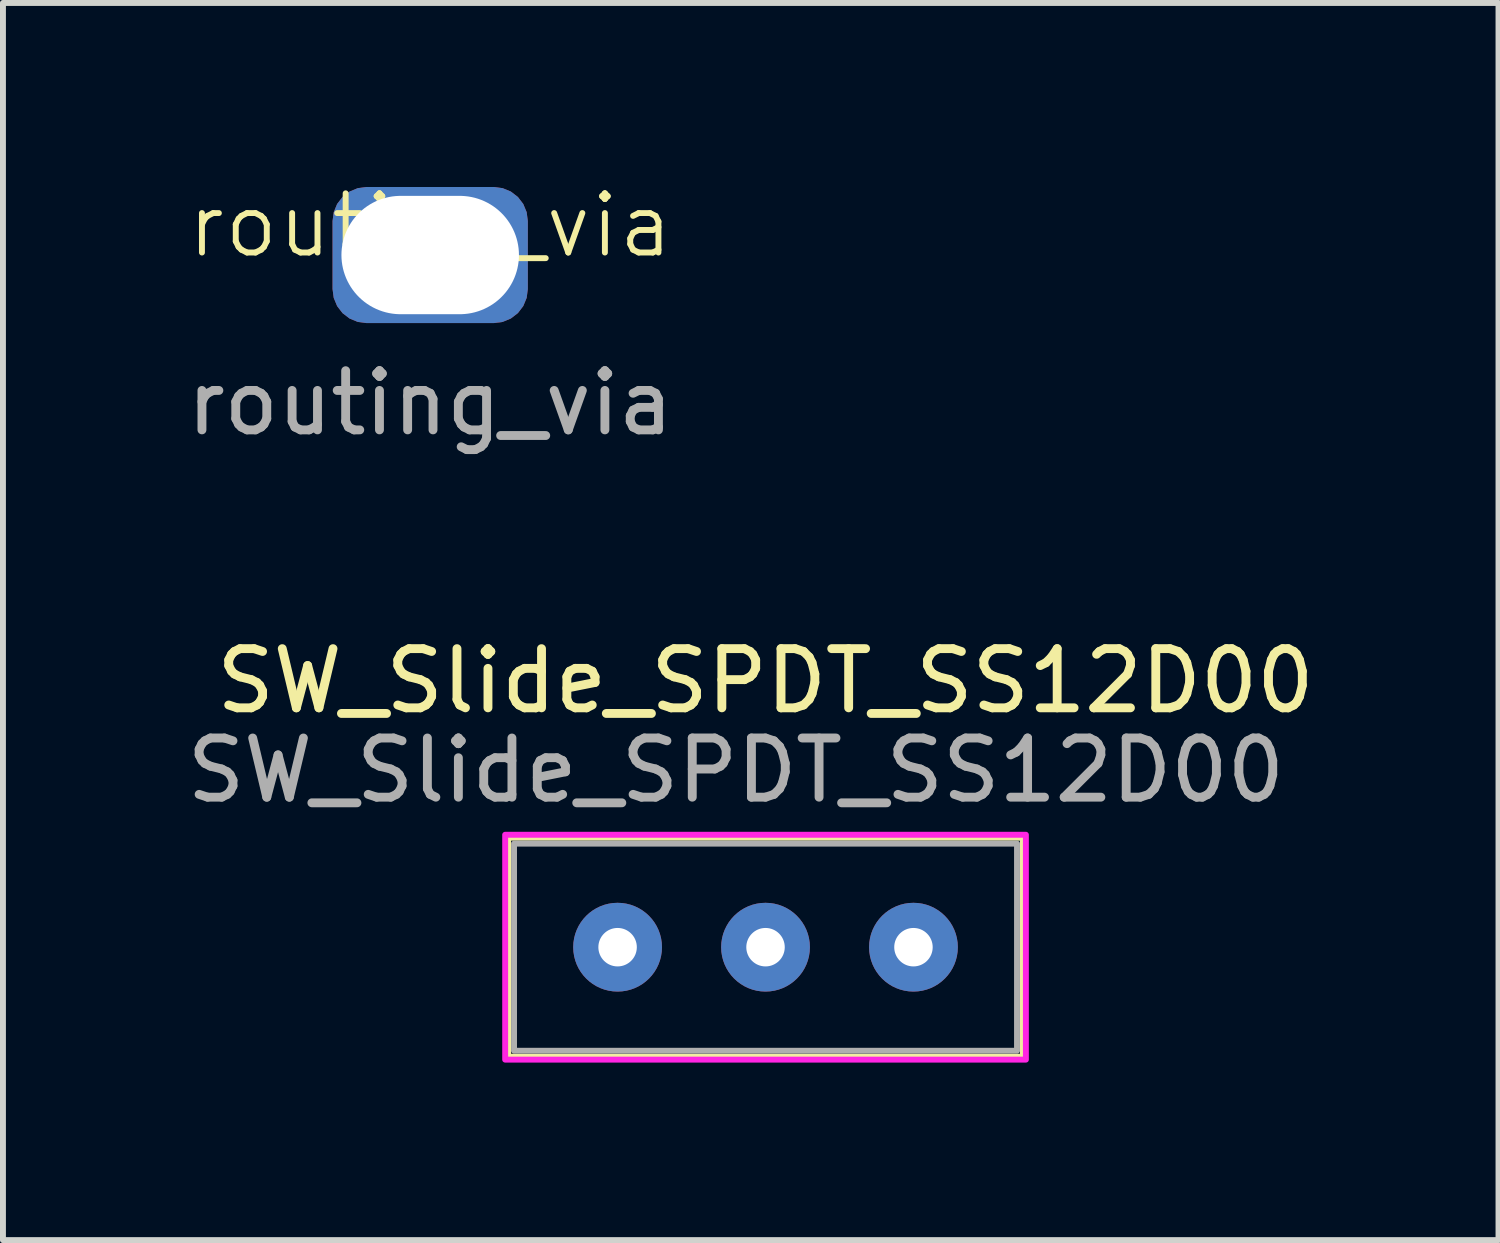
<source format=kicad_pcb>
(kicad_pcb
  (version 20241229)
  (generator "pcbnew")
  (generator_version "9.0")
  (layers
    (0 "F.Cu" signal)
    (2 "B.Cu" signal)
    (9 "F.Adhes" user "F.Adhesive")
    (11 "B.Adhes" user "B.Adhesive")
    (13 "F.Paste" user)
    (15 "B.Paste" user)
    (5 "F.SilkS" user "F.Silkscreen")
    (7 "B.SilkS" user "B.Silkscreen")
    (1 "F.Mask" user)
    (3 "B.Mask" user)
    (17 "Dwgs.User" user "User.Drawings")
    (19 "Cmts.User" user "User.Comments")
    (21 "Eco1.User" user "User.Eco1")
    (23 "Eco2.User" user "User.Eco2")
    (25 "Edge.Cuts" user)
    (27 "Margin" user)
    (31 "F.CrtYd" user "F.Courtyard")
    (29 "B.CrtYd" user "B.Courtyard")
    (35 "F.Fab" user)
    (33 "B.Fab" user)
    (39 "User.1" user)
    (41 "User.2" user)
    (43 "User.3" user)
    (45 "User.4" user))
  (footprint "routing_via"
    (layer "F.Cu")
    (at 4.22 1.26)
    (property "Reference" "routing_via" (at 0 -0.5 0) (unlocked yes) (layer "F.SilkS") (effects (font (size 1 1) (thickness 0.1))))
    (attr through_hole)
    (fp_text user "${REFERENCE}" (at 0 2.5 0) (unlocked yes) (layer "F.Fab") (effects (font (size 1 1) (thickness 0.15))))
    (pad "1" thru_hole roundrect (at 0 0) (size 3.3 2.3) (drill oval 3 2) (layers "*.Cu" "*.Mask") (roundrect_rratio 0.25)))
  (footprint "SW_Slide_SPDT_SS12D00"
    (layer "F.Cu")
    (at 7.387 12.957)
    (property "Reference" "SW_Slide_SPDT_SS12D00" (at 2.5 -4.5 0) (layer "F.SilkS") (effects (font (size 1 1) (thickness 0.15))))
    (attr through_hole)
    (fp_rect (start -1.85 -1.85) (end 6.85 1.85) (stroke (width 0.1) (type default)) (fill no) (layer "F.SilkS"))
    (fp_rect (start -1.9 -1.9) (end 6.9 1.9) (stroke (width 0.1) (type default)) (fill no) (layer "F.CrtYd"))
    (fp_rect (start -1.75 -1.75) (end 6.75 1.75) (stroke (width 0.1) (type default)) (fill no) (layer "F.Fab"))
    (fp_text user "${REFERENCE}" (at 2 -2.99 0) (layer "F.Fab") (effects (font (size 1 1) (thickness 0.15))))
    (pad "1" thru_hole circle (at 0 0) (size 1.5 1.5) (drill 0.65) (layers "*.Cu" "*.Mask"))
    (pad "2" thru_hole circle (at 2.5 0) (size 1.5 1.5) (drill 0.65) (layers "*.Cu" "*.Mask"))
    (pad "3" thru_hole circle (at 5 0) (size 1.5 1.5) (drill 0.65) (layers "*.Cu" "*.Mask")))
  (gr_rect
    (start -3 -3)
    (end 22.274 17.907)
    (stroke (width 0.1) (type default))
    (fill no)
    (layer "Edge.Cuts")))
</source>
